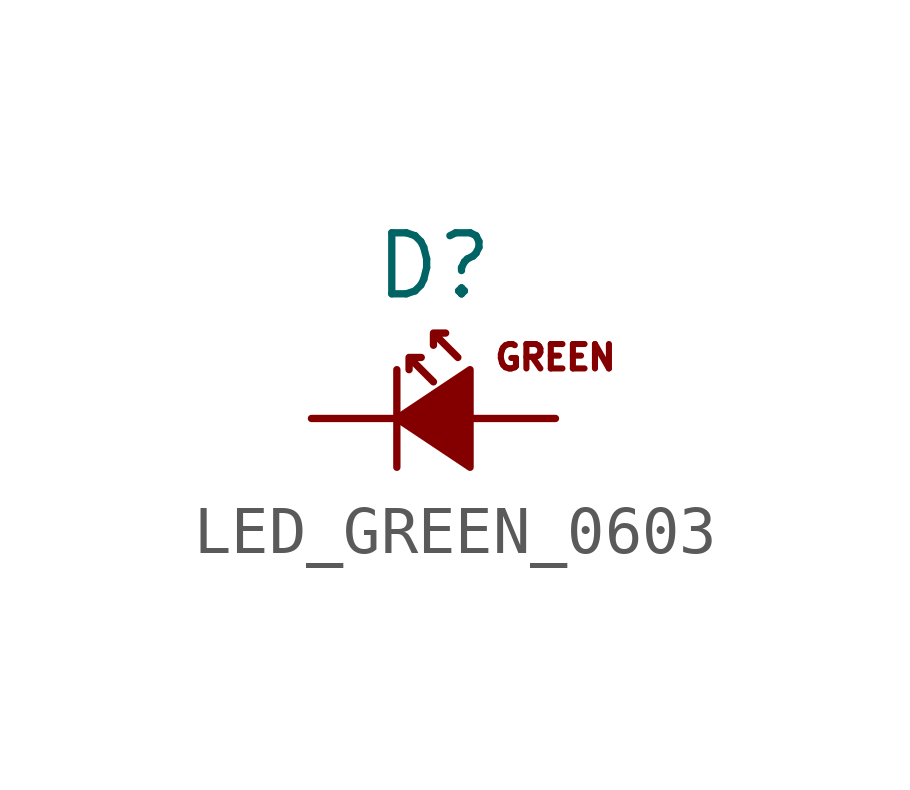
<source format=kicad_sym>
(kicad_symbol_lib
  (version 20211014)
  (generator kicad_symbol_editor)
  (symbol "LED_GREEN_0603"
    (pin_numbers hide)
    (pin_names
      (offset 0.254) hide)
    (property "Reference" "D"
      (at -1.27 3.175 0)
      (effects (font (size 1.27 1.27)) (justify left)))
    (symbol "LED_GREEN_0603_0_0"
      (text "GREEN" (at 2.54 1.27 0) (effects (font (size 0.508 0.508)))))
    (symbol "LED_GREEN_0603_0_1"
      (polyline (pts (xy -0.762 -1.016) (xy -0.762 1.016)) (stroke (width 0) (type default) (color 0 0 0 0)) (fill (type none)))
      (polyline (pts (xy 0.762 -1.016) (xy -0.762 0) (xy 0.762 1.016) (xy 0.762 -1.016)) (stroke (width 0) (type default) (color 0 0 0 0)) (fill (type outline)))
      (polyline (pts (xy 0 0.762) (xy -0.508 1.27) (xy -0.254 1.27) (xy -0.508 1.27) (xy -0.508 1.016)) (stroke (width 0) (type default) (color 0 0 0 0)) (fill (type none)))
      (polyline (pts (xy 0.508 1.27) (xy 0 1.778) (xy 0.254 1.778) (xy 0 1.778) (xy 0 1.524)) (stroke (width 0) (type default) (color 0 0 0 0)) (fill (type none))))
    (symbol "LED_GREEN_0603_1_1"
      (pin passive line (at -2.54 0 0) (length 1.778) (name "K" (effects (font (size 1.016 1.016)))) (number "1" (effects (font (size 1.016 1.016)))))
      (pin passive line (at 2.54 0 180) (length 1.778) (name "A" (effects (font (size 1.016 1.016)))) (number "2" (effects (font (size 1.016 1.016))))))))
</source>
